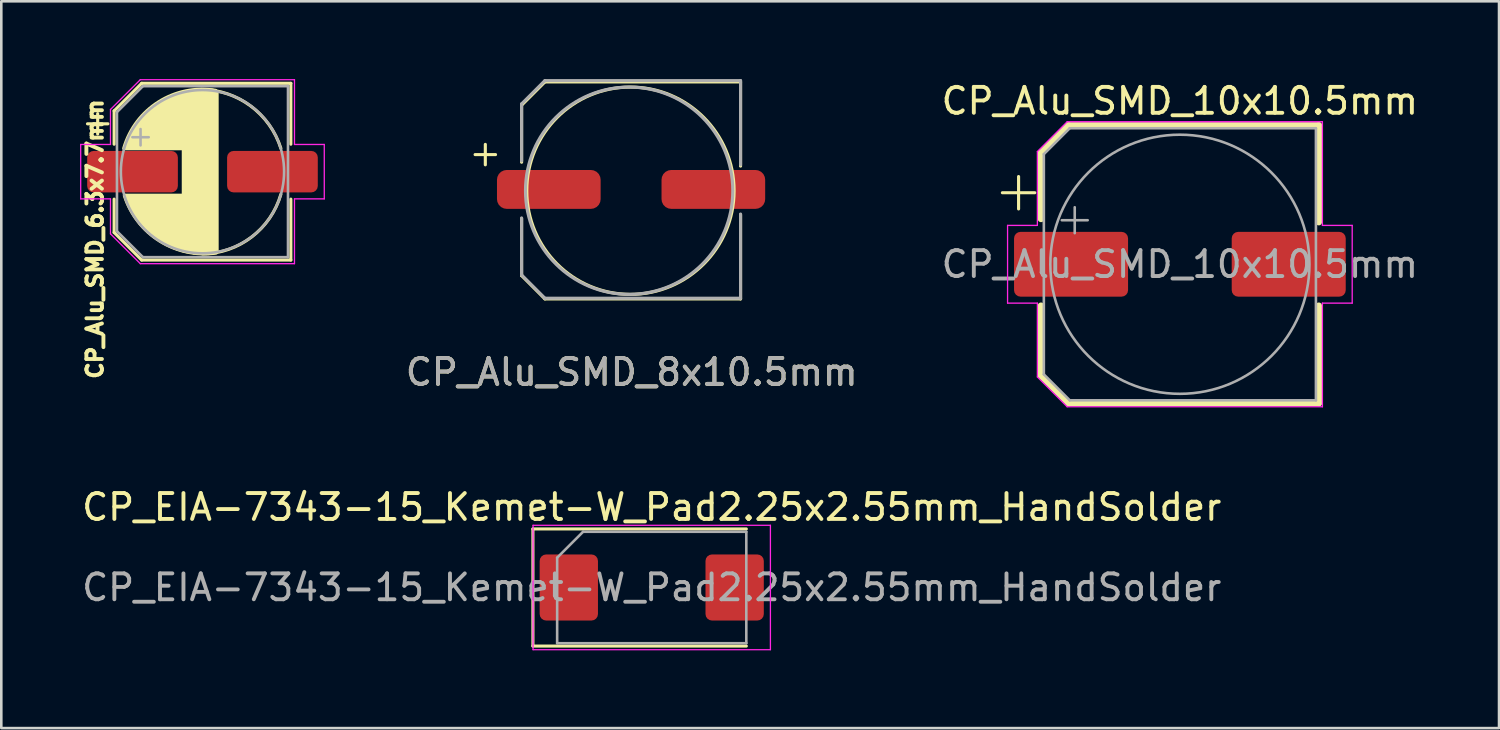
<source format=kicad_pcb>
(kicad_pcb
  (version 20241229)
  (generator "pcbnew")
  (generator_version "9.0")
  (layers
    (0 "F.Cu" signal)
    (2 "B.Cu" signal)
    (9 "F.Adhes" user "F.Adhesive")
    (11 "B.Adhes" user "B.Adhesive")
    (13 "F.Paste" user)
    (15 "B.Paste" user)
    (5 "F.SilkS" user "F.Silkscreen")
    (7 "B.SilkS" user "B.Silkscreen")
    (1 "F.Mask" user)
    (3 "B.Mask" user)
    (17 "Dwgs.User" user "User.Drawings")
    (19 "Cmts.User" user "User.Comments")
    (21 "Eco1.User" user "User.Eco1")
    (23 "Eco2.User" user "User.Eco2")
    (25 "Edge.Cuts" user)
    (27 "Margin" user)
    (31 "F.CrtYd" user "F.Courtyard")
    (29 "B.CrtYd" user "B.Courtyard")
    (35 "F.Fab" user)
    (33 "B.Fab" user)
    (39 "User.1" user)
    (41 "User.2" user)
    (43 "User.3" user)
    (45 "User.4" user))
  (footprint "CP_EIA-7343-15_Kemet-W_Pad2.25x2.55mm_HandSolder"
    (layer "F.Cu")
    (at 22.101 19.622)
    (property "Reference" "CP_EIA-7343-15_Kemet-W_Pad2.25x2.55mm_HandSolder" (at 0 -3.1 180) (layer "F.SilkS") (effects (font (size 1 1) (thickness 0.15))))
    (attr smd)
    (fp_line (start -4.585 -2.26) (end -4.585 2.26) (stroke (width 0.12) (type solid)) (layer "F.SilkS"))
    (fp_line (start -4.585 2.26) (end 3.65 2.26) (stroke (width 0.12) (type solid)) (layer "F.SilkS"))
    (fp_line (start 3.65 -2.26) (end -4.585 -2.26) (stroke (width 0.12) (type solid)) (layer "F.SilkS"))
    (fp_line (start -4.58 -2.4) (end 4.58 -2.4) (stroke (width 0.05) (type solid)) (layer "F.CrtYd"))
    (fp_line (start -4.58 2.4) (end -4.58 -2.4) (stroke (width 0.05) (type solid)) (layer "F.CrtYd"))
    (fp_line (start 4.58 -2.4) (end 4.58 2.4) (stroke (width 0.05) (type solid)) (layer "F.CrtYd"))
    (fp_line (start 4.58 2.4) (end -4.58 2.4) (stroke (width 0.05) (type solid)) (layer "F.CrtYd"))
    (fp_line (start -3.65 -1.15) (end -3.65 2.15) (stroke (width 0.1) (type solid)) (layer "F.Fab"))
    (fp_line (start -3.65 2.15) (end 3.65 2.15) (stroke (width 0.1) (type solid)) (layer "F.Fab"))
    (fp_line (start -2.65 -2.15) (end -3.65 -1.15) (stroke (width 0.1) (type solid)) (layer "F.Fab"))
    (fp_line (start 3.65 -2.15) (end -2.65 -2.15) (stroke (width 0.1) (type solid)) (layer "F.Fab"))
    (fp_line (start 3.65 2.15) (end 3.65 -2.15) (stroke (width 0.1) (type solid)) (layer "F.Fab"))
    (fp_text user "${REFERENCE}" (at 0 0 180) (layer "F.Fab") (effects (font (size 1 1) (thickness 0.15))))
    (pad "1" smd roundrect (at -3.2 0) (size 2.25 2.55) (layers "F.Cu" "F.Mask" "F.Paste") (roundrect_rratio 0.111))
    (pad "2" smd roundrect (at 3.2 0) (size 2.25 2.55) (layers "F.Cu" "F.Mask" "F.Paste") (roundrect_rratio 0.111)))
  (footprint "CP_Alu_SMD_10x10.5mm"
    (layer "F.Cu")
    (at 42.483 7.148)
    (property "Reference" "CP_Alu_SMD_10x10.5mm" (at 0 -6.3 0) (layer "F.SilkS") (effects (font (size 1 1) (thickness 0.15))))
    (attr smd)
    (fp_line (start -6.85 -2.76) (end -5.6 -2.76) (stroke (width 0.12) (type solid)) (layer "F.SilkS"))
    (fp_line (start -6.225 -3.385) (end -6.225 -2.135) (stroke (width 0.12) (type solid)) (layer "F.SilkS"))
    (fp_line (start -5.36 -4.296) (end -5.36 -1.75) (stroke (width 0.25) (type solid)) (layer "F.SilkS"))
    (fp_line (start -5.36 -4.296) (end -4.296 -5.36) (stroke (width 0.25) (type solid)) (layer "F.SilkS"))
    (fp_line (start -5.36 4.296) (end -5.36 1.6) (stroke (width 0.25) (type solid)) (layer "F.SilkS"))
    (fp_line (start -5.36 4.296) (end -4.296 5.36) (stroke (width 0.25) (type solid)) (layer "F.SilkS"))
    (fp_line (start -4.296 -5.36) (end 5.36 -5.36) (stroke (width 0.25) (type solid)) (layer "F.SilkS"))
    (fp_line (start -4.296 5.36) (end 5.36 5.36) (stroke (width 0.25) (type solid)) (layer "F.SilkS"))
    (fp_line (start 5.36 -5.36) (end 5.36 -1.625) (stroke (width 0.25) (type solid)) (layer "F.SilkS"))
    (fp_line (start 5.36 5.36) (end 5.36 1.6) (stroke (width 0.25) (type solid)) (layer "F.SilkS"))
    (fp_line (start -6.65 -1.5) (end -6.65 1.5) (stroke (width 0.05) (type solid)) (layer "F.CrtYd"))
    (fp_line (start -6.65 1.5) (end -5.5 1.5) (stroke (width 0.05) (type solid)) (layer "F.CrtYd"))
    (fp_line (start -5.5 -4.35) (end -5.5 -1.5) (stroke (width 0.05) (type solid)) (layer "F.CrtYd"))
    (fp_line (start -5.5 -4.35) (end -4.35 -5.5) (stroke (width 0.05) (type solid)) (layer "F.CrtYd"))
    (fp_line (start -5.5 -1.5) (end -6.65 -1.5) (stroke (width 0.05) (type solid)) (layer "F.CrtYd"))
    (fp_line (start -5.5 1.5) (end -5.5 4.35) (stroke (width 0.05) (type solid)) (layer "F.CrtYd"))
    (fp_line (start -5.5 4.35) (end -4.35 5.5) (stroke (width 0.05) (type solid)) (layer "F.CrtYd"))
    (fp_line (start -4.35 -5.5) (end 5.5 -5.5) (stroke (width 0.05) (type solid)) (layer "F.CrtYd"))
    (fp_line (start -4.35 5.5) (end 5.5 5.5) (stroke (width 0.05) (type solid)) (layer "F.CrtYd"))
    (fp_line (start 5.5 -5.5) (end 5.5 -1.5) (stroke (width 0.05) (type solid)) (layer "F.CrtYd"))
    (fp_line (start 5.5 -1.5) (end 6.65 -1.5) (stroke (width 0.05) (type solid)) (layer "F.CrtYd"))
    (fp_line (start 5.5 1.5) (end 5.5 5.5) (stroke (width 0.05) (type solid)) (layer "F.CrtYd"))
    (fp_line (start 6.65 -1.5) (end 6.65 1.5) (stroke (width 0.05) (type solid)) (layer "F.CrtYd"))
    (fp_line (start 6.65 1.5) (end 5.5 1.5) (stroke (width 0.05) (type solid)) (layer "F.CrtYd"))
    (fp_line (start -5.25 -4.25) (end -5.25 4.25) (stroke (width 0.1) (type solid)) (layer "F.Fab"))
    (fp_line (start -5.25 -4.25) (end -4.25 -5.25) (stroke (width 0.1) (type solid)) (layer "F.Fab"))
    (fp_line (start -5.25 4.25) (end -4.25 5.25) (stroke (width 0.1) (type solid)) (layer "F.Fab"))
    (fp_line (start -4.558 -1.7) (end -3.558 -1.7) (stroke (width 0.1) (type solid)) (layer "F.Fab"))
    (fp_line (start -4.25 -5.25) (end 5.25 -5.25) (stroke (width 0.1) (type solid)) (layer "F.Fab"))
    (fp_line (start -4.25 5.25) (end 5.25 5.25) (stroke (width 0.1) (type solid)) (layer "F.Fab"))
    (fp_line (start -4.058 -2.2) (end -4.058 -1.2) (stroke (width 0.1) (type solid)) (layer "F.Fab"))
    (fp_line (start 5.25 -5.25) (end 5.25 5.25) (stroke (width 0.1) (type solid)) (layer "F.Fab"))
    (fp_circle (center 0 0) (end 5 0) (stroke (width 0.1) (type solid)) (fill no) (layer "F.Fab"))
    (fp_text user "${REFERENCE}" (at 0 0 0) (layer "F.Fab") (effects (font (size 1 1) (thickness 0.15))))
    (pad "1" smd roundrect (at -4.2 0) (size 4.4 2.5) (layers "F.Cu" "F.Mask" "F.Paste") (roundrect_rratio 0.1))
    (pad "2" smd roundrect (at 4.2 0) (size 4.4 2.5) (layers "F.Cu" "F.Mask" "F.Paste") (roundrect_rratio 0.1)))
  (footprint "CP_Alu_SMD_6.3x7.7mm"
    (layer "F.Cu")
    (at 4.764 3.575)
    (property "Reference" "CP_Alu_SMD_6.3x7.7mm" (at -4.15 2.6 270) (layer "F.SilkS") (effects (font (size 0.6 0.6) (thickness 0.15))))
    (attr smd)
    (fp_line (start -4.438 -1.847) (end -3.65 -1.847) (stroke (width 0.12) (type solid)) (layer "F.SilkS"))
    (fp_line (start -4.044 -2.241) (end -4.044 -1.454) (stroke (width 0.12) (type solid)) (layer "F.SilkS"))
    (fp_line (start -3.41 -2.346) (end -3.41 -1.06) (stroke (width 0.12) (type solid)) (layer "F.SilkS"))
    (fp_line (start -3.41 -2.346) (end -2.346 -3.41) (stroke (width 0.12) (type solid)) (layer "F.SilkS"))
    (fp_line (start -3.41 2.346) (end -3.41 1.06) (stroke (width 0.12) (type solid)) (layer "F.SilkS"))
    (fp_line (start -3.41 2.346) (end -2.346 3.41) (stroke (width 0.12) (type solid)) (layer "F.SilkS"))
    (fp_line (start -2.346 -3.41) (end 3.41 -3.41) (stroke (width 0.12) (type solid)) (layer "F.SilkS"))
    (fp_line (start -2.346 3.41) (end 3.41 3.41) (stroke (width 0.12) (type solid)) (layer "F.SilkS"))
    (fp_line (start 3.41 -3.41) (end 3.41 -1.06) (stroke (width 0.12) (type solid)) (layer "F.SilkS"))
    (fp_line (start 3.41 3.41) (end 3.41 1.06) (stroke (width 0.12) (type solid)) (layer "F.SilkS"))
    (fp_arc (start -3.025 -0.9) (mid -1.683448 -2.683793) (end 0.5 -3.125) (stroke (width 0.15) (type solid)) (layer "F.SilkS"))
    (fp_arc (start -0.05 -3.175) (mid 1.857083 -2.537047) (end 3.025 -0.9) (stroke (width 0.12) (type solid)) (layer "F.SilkS"))
    (fp_arc (start 0.525 3.125) (mid -1.639194 2.668624) (end -3 0.925) (stroke (width 0.15) (type solid)) (layer "F.SilkS"))
    (fp_arc (start 3.025 0.875) (mid 1.892333 2.524562) (end 0 3.175) (stroke (width 0.12) (type solid)) (layer "F.SilkS"))
    (fp_poly (pts (xy 0.125 -3.15) (xy 0.4 -3.15) (xy 0.475 -3.125) (xy 0.575 -3.1) (xy 0.575 3.1) (xy 0.475 3.125) (xy 0.4 3.15) (xy 0.275 3.125) (xy 0.225 3.125) (xy 0.075 3.15) (xy -0.15 3.15) (xy -0.225 3.125) (xy -0.325 3.15) (xy -0.475 3.1) (xy -0.6 3.1) (xy -0.625 3.05) (xy -0.7 3.075) (xy -0.8 3.05) (xy -0.875 3) (xy -0.975 3) (xy -1 2.95) (xy -1.1 2.95) (xy -1.15 2.925) (xy -1.15 2.9) (xy -1.225 2.9) (xy -1.3 2.85) (xy -1.325 2.8) (xy -1.4 2.825) (xy -1.425 2.775) (xy -1.5 2.75) (xy -1.5 2.7) (xy -1.6 2.7) (xy -1.65 2.65) (xy -1.75 2.6) (xy -1.775 2.525) (xy -1.825 2.525) (xy -1.85 2.5) (xy -1.925 2.475) (xy -1.9 2.45) (xy -2 2.4) (xy -2.025 2.35) (xy -2.1 2.35) (xy -2.125 2.275) (xy -2.175 2.25) (xy -2.225 2.175) (xy -2.275 2.15) (xy -2.325 2.075) (xy -2.375 2.05) (xy -2.425 2) (xy -2.425 1.925) (xy -2.475 1.85) (xy -2.535 1.81) (xy -2.575 1.75) (xy -2.6 1.725) (xy -2.65 1.65) (xy -2.65 1.625) (xy -2.675 1.6) (xy -2.725 1.5) (xy -2.725 1.475) (xy -2.75 1.45) (xy -2.775 1.4) (xy -2.775 1.375) (xy -2.825 1.325) (xy -2.85 1.25) (xy -2.85 1.2) (xy -2.9 1.1) (xy -2.9 1.075) (xy -2.925 1.025) (xy -2.975 0.9) (xy -0.75 0.9) (xy -0.75 -0.875) (xy -2.975 -0.875) (xy -2.95 -0.95) (xy -2.95 -1.05) (xy -2.9 -1.15) (xy -2.85 -1.225) (xy -2.8 -1.375) (xy -2.725 -1.475) (xy -2.7 -1.55) (xy -2.5 -1.85) (xy -2.45 -1.9) (xy -2.425 -1.975) (xy -2.3 -2.1) (xy -2.225 -2.15) (xy -2.225 -2.2) (xy -2.175 -2.25) (xy -2.1 -2.3) (xy -2.075 -2.3) (xy -2.025 -2.375) (xy -1.95 -2.45) (xy -1.925 -2.45) (xy -1.875 -2.475) (xy -1.75 -2.6) (xy -1.675 -2.6) (xy -1.625 -2.675) (xy -1.475 -2.75) (xy -1.425 -2.8) (xy -1.3 -2.825) (xy -1.225 -2.9) (xy -1.1 -2.925) (xy -1 -2.975) (xy -0.875 -3) (xy -0.75 -3.05) (xy -0.7 -3.075) (xy -0.575 -3.075) (xy -0.475 -3.1) (xy -0.4 -3.125) (xy -0.275 -3.15) (xy -0.225 -3.125) (xy -0.05 -3.15) (xy 0.05 -3.175)) (stroke (width 0.1) (type solid)) (fill yes) (layer "F.SilkS"))
    (fp_line (start -4.7 -1.05) (end -4.7 1.05) (stroke (width 0.05) (type solid)) (layer "F.CrtYd"))
    (fp_line (start -4.7 1.05) (end -3.55 1.05) (stroke (width 0.05) (type solid)) (layer "F.CrtYd"))
    (fp_line (start -3.55 -2.4) (end -3.55 -1.05) (stroke (width 0.05) (type solid)) (layer "F.CrtYd"))
    (fp_line (start -3.55 -2.4) (end -2.4 -3.55) (stroke (width 0.05) (type solid)) (layer "F.CrtYd"))
    (fp_line (start -3.55 -1.05) (end -4.7 -1.05) (stroke (width 0.05) (type solid)) (layer "F.CrtYd"))
    (fp_line (start -3.55 1.05) (end -3.55 2.4) (stroke (width 0.05) (type solid)) (layer "F.CrtYd"))
    (fp_line (start -3.55 2.4) (end -2.4 3.55) (stroke (width 0.05) (type solid)) (layer "F.CrtYd"))
    (fp_line (start -2.4 -3.55) (end 3.55 -3.55) (stroke (width 0.05) (type solid)) (layer "F.CrtYd"))
    (fp_line (start -2.4 3.55) (end 3.55 3.55) (stroke (width 0.05) (type solid)) (layer "F.CrtYd"))
    (fp_line (start 3.55 -3.55) (end 3.55 -1.05) (stroke (width 0.05) (type solid)) (layer "F.CrtYd"))
    (fp_line (start 3.55 -1.05) (end 4.7 -1.05) (stroke (width 0.05) (type solid)) (layer "F.CrtYd"))
    (fp_line (start 3.55 1.05) (end 3.55 3.55) (stroke (width 0.05) (type solid)) (layer "F.CrtYd"))
    (fp_line (start 4.7 -1.05) (end 4.7 1.05) (stroke (width 0.05) (type solid)) (layer "F.CrtYd"))
    (fp_line (start 4.7 1.05) (end 3.55 1.05) (stroke (width 0.05) (type solid)) (layer "F.CrtYd"))
    (fp_line (start -3.3 -2.3) (end -3.3 2.3) (stroke (width 0.1) (type solid)) (layer "F.Fab"))
    (fp_line (start -3.3 -2.3) (end -2.3 -3.3) (stroke (width 0.1) (type solid)) (layer "F.Fab"))
    (fp_line (start -3.3 2.3) (end -2.3 3.3) (stroke (width 0.1) (type solid)) (layer "F.Fab"))
    (fp_line (start -2.705 -1.33) (end -2.075 -1.33) (stroke (width 0.1) (type solid)) (layer "F.Fab"))
    (fp_line (start -2.39 -1.645) (end -2.39 -1.015) (stroke (width 0.1) (type solid)) (layer "F.Fab"))
    (fp_line (start -2.3 -3.3) (end 3.3 -3.3) (stroke (width 0.1) (type solid)) (layer "F.Fab"))
    (fp_line (start -2.3 3.3) (end 3.3 3.3) (stroke (width 0.1) (type solid)) (layer "F.Fab"))
    (fp_line (start 3.3 -3.3) (end 3.3 3.3) (stroke (width 0.1) (type solid)) (layer "F.Fab"))
    (fp_circle (center 0 0) (end 3.15 0) (stroke (width 0.1) (type solid)) (fill no) (layer "F.Fab"))
    (pad "1" smd roundrect (at -2.7 0) (size 3.5 1.6) (layers "F.Cu" "F.Mask" "F.Paste") (roundrect_rratio 0.156))
    (pad "2" smd roundrect (at 2.7 0) (size 3.5 1.6) (layers "F.Cu" "F.Mask" "F.Paste") (roundrect_rratio 0.156)))
  (footprint "CP_Alu_SMD_8x10.5mm"
    (layer "F.Cu")
    (at 21.329 4.21)
    (property "Reference" "CP_Alu_SMD_8x10.5mm" (at 0 7.1 0) (unlocked yes) (layer "F.SilkS") (effects (font (size 1 1) (thickness 0.15))))
    (attr smd)
    (fp_line (start -6.044 -1.294) (end -5.256 -1.294) (stroke (width 0.12) (type solid)) (layer "F.SilkS"))
    (fp_line (start -5.65 -1.688) (end -5.65 -0.9) (stroke (width 0.12) (type solid)) (layer "F.SilkS"))
    (fp_line (start -4.25 -3.2) (end -3.35 -4.1) (stroke (width 0.12) (type solid)) (layer "F.SilkS"))
    (fp_line (start -4.25 -1) (end -4.25 -3.2) (stroke (width 0.12) (type solid)) (layer "F.SilkS"))
    (fp_line (start -4.25 1.175) (end -4.25 3.375) (stroke (width 0.12) (type solid)) (layer "F.SilkS"))
    (fp_line (start -4.25 3.375) (end -3.35 4.275) (stroke (width 0.12) (type solid)) (layer "F.SilkS"))
    (fp_line (start -3.35 -4.1) (end 4.2 -4.1) (stroke (width 0.12) (type solid)) (layer "F.SilkS"))
    (fp_line (start -3.35 4.275) (end 4.2 4.275) (stroke (width 0.12) (type solid)) (layer "F.SilkS"))
    (fp_line (start 4.2 -4.1) (end 4.2 -0.85) (stroke (width 0.12) (type solid)) (layer "F.SilkS"))
    (fp_line (start 4.2 4.275) (end 4.2 1.025) (stroke (width 0.12) (type solid)) (layer "F.SilkS"))
    (fp_circle (center -0.05 0.1) (end 3.95 0.1) (stroke (width 0.12) (type solid)) (fill no) (layer "F.SilkS"))
    (fp_line (start -4.25 -3.25) (end -3.35 -4.15) (stroke (width 0.12) (type solid)) (layer "F.Fab"))
    (fp_line (start -4.25 -1.05) (end -4.25 -3.25) (stroke (width 0.12) (type solid)) (layer "F.Fab"))
    (fp_line (start -4.25 1.15) (end -4.25 3.35) (stroke (width 0.12) (type solid)) (layer "F.Fab"))
    (fp_line (start -4.25 3.35) (end -3.35 4.25) (stroke (width 0.12) (type solid)) (layer "F.Fab"))
    (fp_line (start -3.35 -4.15) (end 4.2 -4.15) (stroke (width 0.12) (type solid)) (layer "F.Fab"))
    (fp_line (start -3.35 4.25) (end 4.2 4.25) (stroke (width 0.12) (type solid)) (layer "F.Fab"))
    (fp_line (start 4.2 -4.15) (end 4.2 -0.9) (stroke (width 0.12) (type solid)) (layer "F.Fab"))
    (fp_line (start 4.2 4.25) (end 4.2 1) (stroke (width 0.12) (type solid)) (layer "F.Fab"))
    (fp_circle (center -0.1 0.1) (end 3.9 0.1) (stroke (width 0.12) (type solid)) (fill no) (layer "F.Fab"))
    (fp_text user "${REFERENCE}" (at 0 7.1 0) (unlocked yes) (layer "F.Fab") (effects (font (size 1 1) (thickness 0.15))))
    (pad "1" smd roundrect (at -3.2 0.05) (size 4 1.5) (layers "F.Cu" "F.Mask" "F.Paste") (roundrect_rratio 0.25))
    (pad "2" smd roundrect (at 3.15 0.05) (size 4 1.5) (layers "F.Cu" "F.Mask" "F.Paste") (roundrect_rratio 0.25)))
  (gr_rect
    (start -3 -3)
    (end 54.799 25.047)
    (stroke (width 0.1) (type default))
    (fill no)
    (layer "Edge.Cuts")))
</source>
